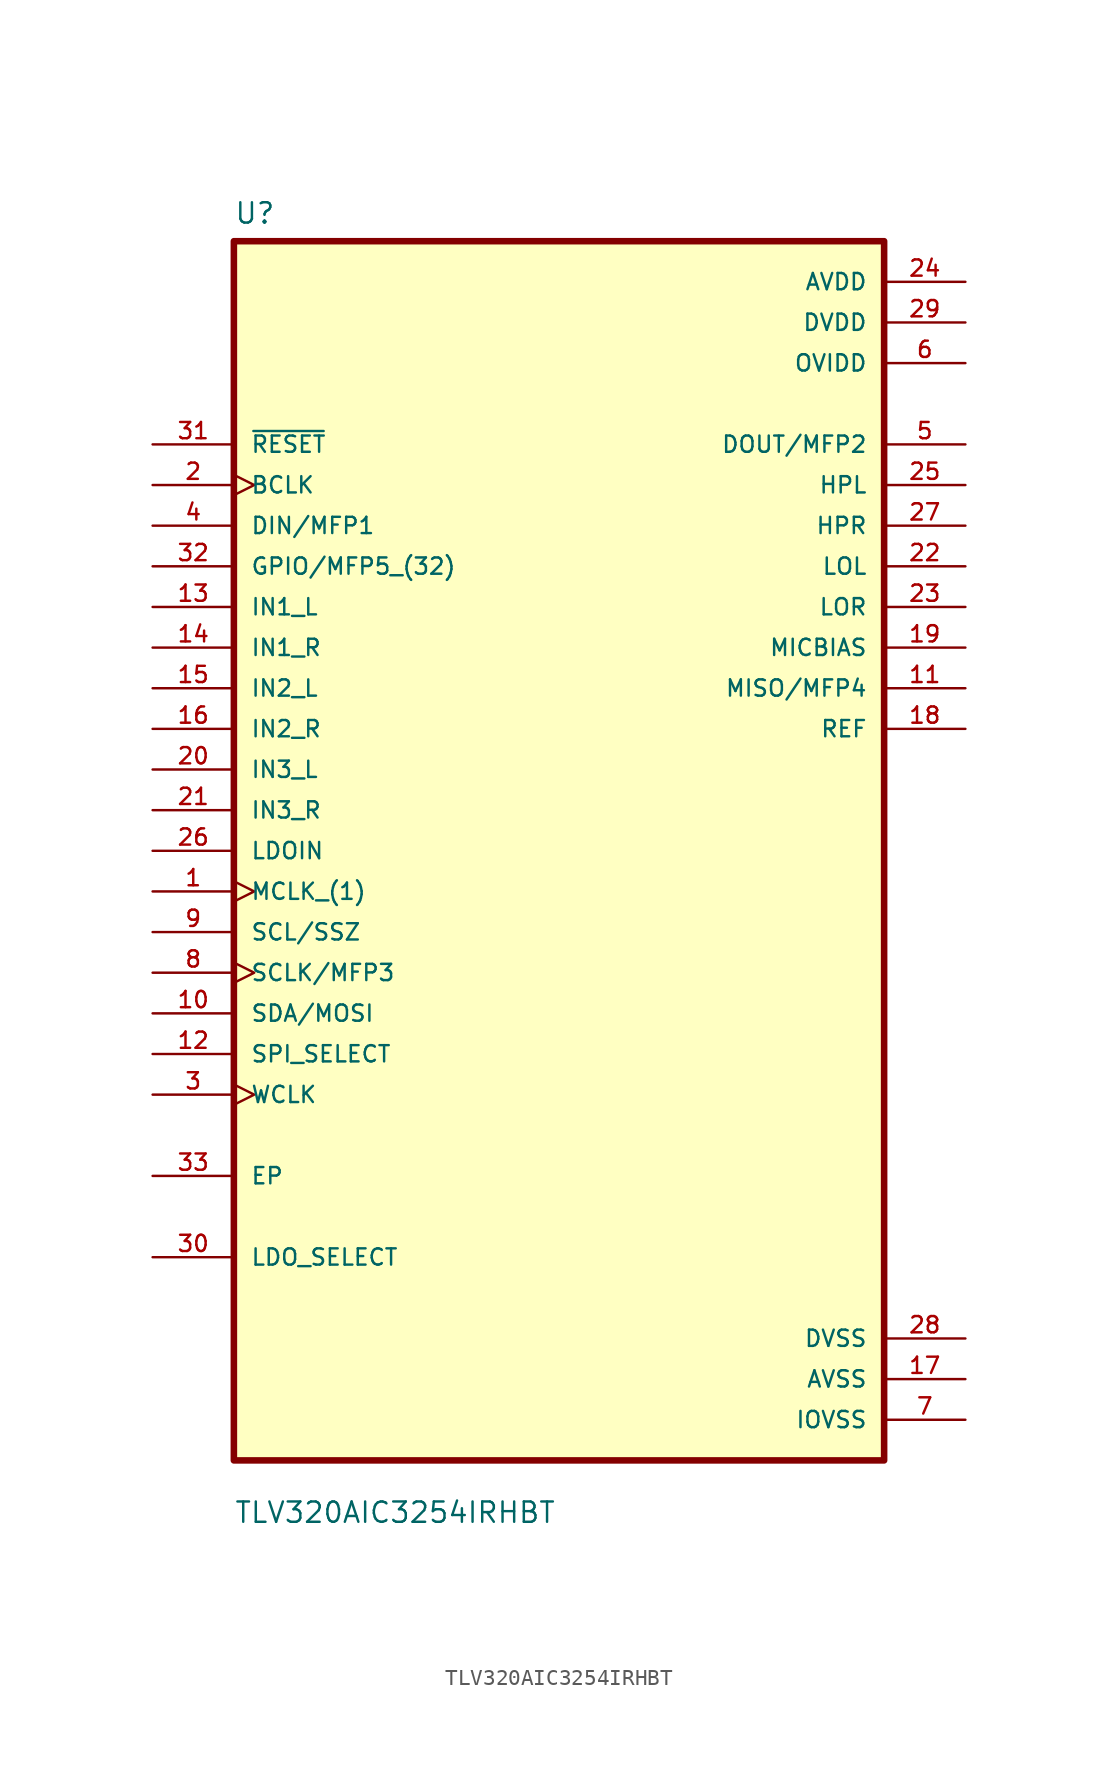
<source format=kicad_sym>
(kicad_symbol_lib
  (version 20211014)
  (generator kicad_symbol_editor)
  (symbol "TLV320AIC3254IRHBT"
    (pin_names
      (offset 1.016))
    (property "Reference" "U"
      (at -20.32 39.1 0.0)
      (effects (font (size 1.27 1.27)) (justify bottom left)))
    (property "Value" "TLV320AIC3254IRHBT"
      (at -20.32 -42.1 0.0)
      (effects (font (size 1.27 1.27)) (justify bottom left)))
    (symbol "TLV320AIC3254IRHBT_0_0"
      (rectangle (start -20.32 -38.1) (end 20.32 38.1) (stroke (width 0.41)) (fill (type background)))
      (pin input line (at -25.4 25.4 0) (length 5.08) (name "~{RESET}" (effects (font (size 1.016 1.016)))) (number "31" (effects (font (size 1.016 1.016)))))
      (pin input clock (at -25.4 22.86 0) (length 5.08) (name "BCLK" (effects (font (size 1.016 1.016)))) (number "2" (effects (font (size 1.016 1.016)))))
      (pin input line (at -25.4 20.32 0) (length 5.08) (name "DIN/MFP1" (effects (font (size 1.016 1.016)))) (number "4" (effects (font (size 1.016 1.016)))))
      (pin input line (at -25.4 17.78 0) (length 5.08) (name "GPIO/MFP5_(32)" (effects (font (size 1.016 1.016)))) (number "32" (effects (font (size 1.016 1.016)))))
      (pin input line (at -25.4 15.24 0) (length 5.08) (name "IN1_L" (effects (font (size 1.016 1.016)))) (number "13" (effects (font (size 1.016 1.016)))))
      (pin input line (at -25.4 12.7 0) (length 5.08) (name "IN1_R" (effects (font (size 1.016 1.016)))) (number "14" (effects (font (size 1.016 1.016)))))
      (pin input line (at -25.4 10.16 0) (length 5.08) (name "IN2_L" (effects (font (size 1.016 1.016)))) (number "15" (effects (font (size 1.016 1.016)))))
      (pin input line (at -25.4 7.62 0) (length 5.08) (name "IN2_R" (effects (font (size 1.016 1.016)))) (number "16" (effects (font (size 1.016 1.016)))))
      (pin input line (at -25.4 5.08 0) (length 5.08) (name "IN3_L" (effects (font (size 1.016 1.016)))) (number "20" (effects (font (size 1.016 1.016)))))
      (pin input line (at -25.4 2.54 0) (length 5.08) (name "IN3_R" (effects (font (size 1.016 1.016)))) (number "21" (effects (font (size 1.016 1.016)))))
      (pin input line (at -25.4 7.10543e-15 0) (length 5.08) (name "LDOIN" (effects (font (size 1.016 1.016)))) (number "26" (effects (font (size 1.016 1.016)))))
      (pin input clock (at -25.4 -2.54 0) (length 5.08) (name "MCLK_(1)" (effects (font (size 1.016 1.016)))) (number "1" (effects (font (size 1.016 1.016)))))
      (pin input line (at -25.4 -5.08 0) (length 5.08) (name "SCL/SSZ" (effects (font (size 1.016 1.016)))) (number "9" (effects (font (size 1.016 1.016)))))
      (pin input clock (at -25.4 -7.62 0) (length 5.08) (name "SCLK/MFP3" (effects (font (size 1.016 1.016)))) (number "8" (effects (font (size 1.016 1.016)))))
      (pin input line (at -25.4 -10.16 0) (length 5.08) (name "SDA/MOSI" (effects (font (size 1.016 1.016)))) (number "10" (effects (font (size 1.016 1.016)))))
      (pin input line (at -25.4 -12.7 0) (length 5.08) (name "SPI_SELECT" (effects (font (size 1.016 1.016)))) (number "12" (effects (font (size 1.016 1.016)))))
      (pin input clock (at -25.4 -15.24 0) (length 5.08) (name "WCLK" (effects (font (size 1.016 1.016)))) (number "3" (effects (font (size 1.016 1.016)))))
      (pin bidirectional line (at -25.4 -20.32 0) (length 5.08) (name "EP" (effects (font (size 1.016 1.016)))) (number "33" (effects (font (size 1.016 1.016)))))
      (pin bidirectional line (at -25.4 -25.4 0) (length 5.08) (name "LDO_SELECT" (effects (font (size 1.016 1.016)))) (number "30" (effects (font (size 1.016 1.016)))))
      (pin power_in line (at 25.4 35.56 180.0) (length 5.08) (name "AVDD" (effects (font (size 1.016 1.016)))) (number "24" (effects (font (size 1.016 1.016)))))
      (pin power_in line (at 25.4 33.02 180.0) (length 5.08) (name "DVDD" (effects (font (size 1.016 1.016)))) (number "29" (effects (font (size 1.016 1.016)))))
      (pin power_in line (at 25.4 30.48 180.0) (length 5.08) (name "OVIDD" (effects (font (size 1.016 1.016)))) (number "6" (effects (font (size 1.016 1.016)))))
      (pin output line (at 25.4 25.4 180.0) (length 5.08) (name "DOUT/MFP2" (effects (font (size 1.016 1.016)))) (number "5" (effects (font (size 1.016 1.016)))))
      (pin output line (at 25.4 22.86 180.0) (length 5.08) (name "HPL" (effects (font (size 1.016 1.016)))) (number "25" (effects (font (size 1.016 1.016)))))
      (pin output line (at 25.4 20.32 180.0) (length 5.08) (name "HPR" (effects (font (size 1.016 1.016)))) (number "27" (effects (font (size 1.016 1.016)))))
      (pin output line (at 25.4 17.78 180.0) (length 5.08) (name "LOL" (effects (font (size 1.016 1.016)))) (number "22" (effects (font (size 1.016 1.016)))))
      (pin output line (at 25.4 15.24 180.0) (length 5.08) (name "LOR" (effects (font (size 1.016 1.016)))) (number "23" (effects (font (size 1.016 1.016)))))
      (pin output line (at 25.4 12.7 180.0) (length 5.08) (name "MICBIAS" (effects (font (size 1.016 1.016)))) (number "19" (effects (font (size 1.016 1.016)))))
      (pin output line (at 25.4 10.16 180.0) (length 5.08) (name "MISO/MFP4" (effects (font (size 1.016 1.016)))) (number "11" (effects (font (size 1.016 1.016)))))
      (pin output line (at 25.4 7.62 180.0) (length 5.08) (name "REF" (effects (font (size 1.016 1.016)))) (number "18" (effects (font (size 1.016 1.016)))))
      (pin power_in line (at 25.4 -30.48 180.0) (length 5.08) (name "DVSS" (effects (font (size 1.016 1.016)))) (number "28" (effects (font (size 1.016 1.016)))))
      (pin power_in line (at 25.4 -33.02 180.0) (length 5.08) (name "AVSS" (effects (font (size 1.016 1.016)))) (number "17" (effects (font (size 1.016 1.016)))))
      (pin power_in line (at 25.4 -35.56 180.0) (length 5.08) (name "IOVSS" (effects (font (size 1.016 1.016)))) (number "7" (effects (font (size 1.016 1.016))))))))
</source>
